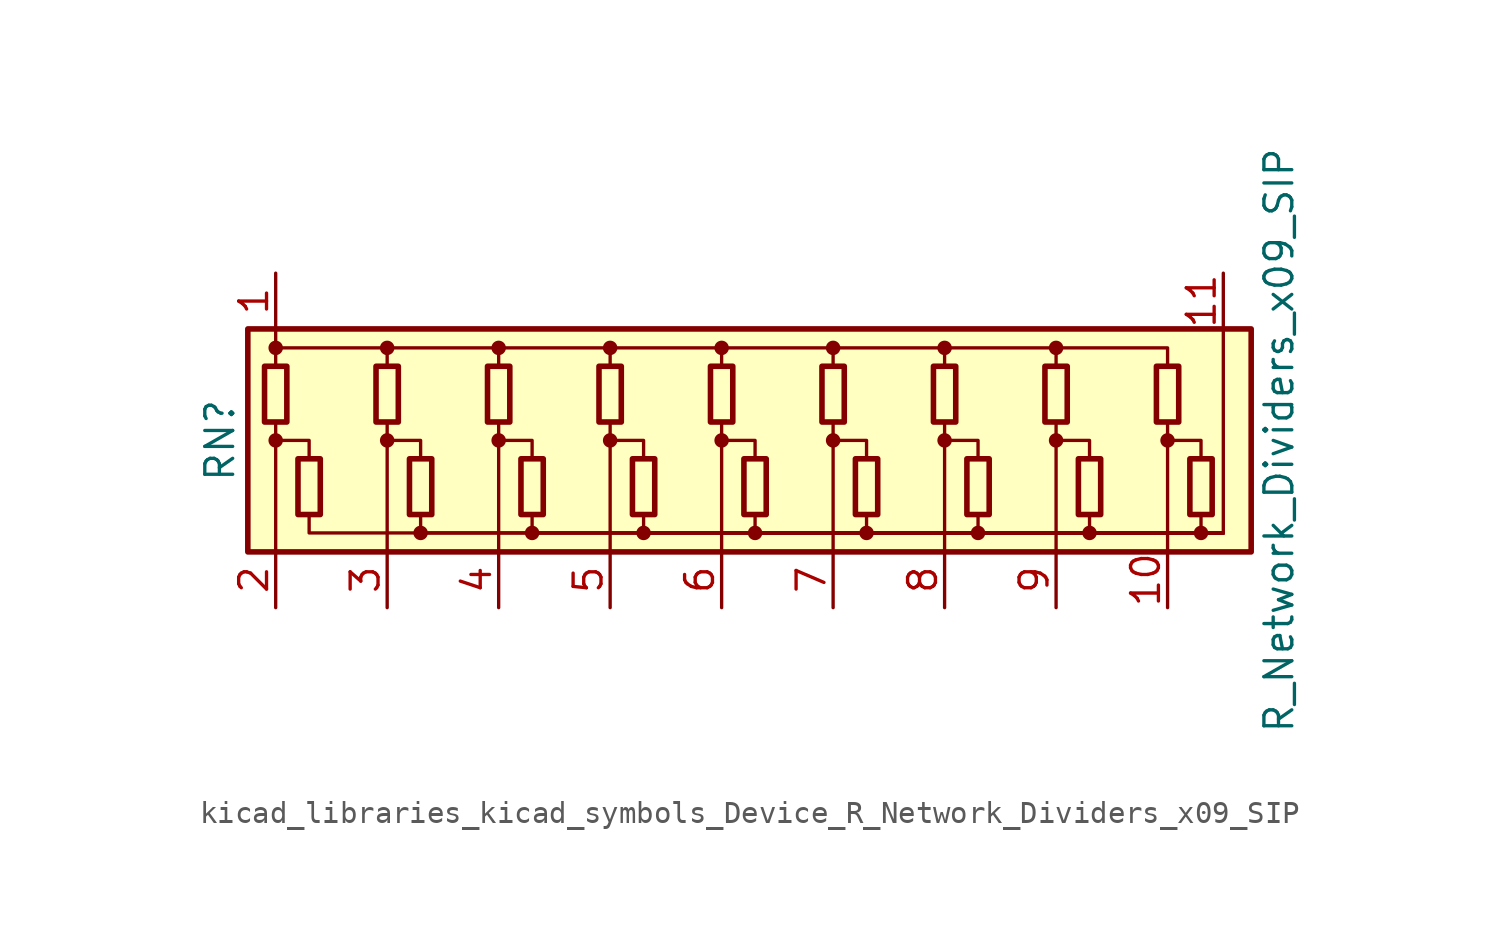
<source format=kicad_sym>
(kicad_symbol_lib
  (version 20220914)
  (generator kicad_symbol_editor)
  (symbol "kicad_libraries_kicad_symbols_Device_R_Network_Dividers_x09_SIP"
    (pin_names
      (offset 0) hide)
    (property "Reference" "RN"
      (at -22.86 0 90)
      (effects (font (size 1.27 1.27))))
    (property "Value" "R_Network_Dividers_x09_SIP"
      (at 25.4 0 90)
      (effects (font (size 1.27 1.27))))
    (symbol "kicad_libraries_kicad_symbols_Device_R_Network_Dividers_x09_SIP_0_1"
      (rectangle (start -21.59 -5.08) (end 24.13 5.08) (stroke (width 0.254) (type default)) (fill (type background)))
      (rectangle (start -20.828 3.378) (end -19.812 0.838) (stroke (width 0.254) (type default)) (fill (type none)))
      (circle (center -20.32 0) (radius 0.254) (stroke (width 0) (type default)) (fill (type outline)))
      (circle (center -20.32 4.216) (radius 0.254) (stroke (width 0) (type default)) (fill (type outline)))
      (rectangle (start -19.304 -3.378) (end -18.288 -0.838) (stroke (width 0.254) (type default)) (fill (type none)))
      (rectangle (start -15.748 3.378) (end -14.732 0.838) (stroke (width 0.254) (type default)) (fill (type none)))
      (circle (center -15.24 0) (radius 0.254) (stroke (width 0) (type default)) (fill (type outline)))
      (circle (center -15.24 4.216) (radius 0.254) (stroke (width 0) (type default)) (fill (type outline)))
      (rectangle (start -14.224 -3.378) (end -13.208 -0.838) (stroke (width 0.254) (type default)) (fill (type none)))
      (circle (center -13.716 -4.216) (radius 0.254) (stroke (width 0) (type default)) (fill (type outline)))
      (rectangle (start -10.668 3.378) (end -9.652 0.838) (stroke (width 0.254) (type default)) (fill (type none)))
      (circle (center -10.16 0) (radius 0.254) (stroke (width 0) (type default)) (fill (type outline)))
      (circle (center -10.16 4.216) (radius 0.254) (stroke (width 0) (type default)) (fill (type outline)))
      (rectangle (start -9.144 -3.378) (end -8.128 -0.838) (stroke (width 0.254) (type default)) (fill (type none)))
      (circle (center -8.636 -4.216) (radius 0.254) (stroke (width 0) (type default)) (fill (type outline)))
      (rectangle (start -5.588 3.378) (end -4.572 0.838) (stroke (width 0.254) (type default)) (fill (type none)))
      (circle (center -5.08 0) (radius 0.254) (stroke (width 0) (type default)) (fill (type outline)))
      (circle (center -5.08 4.216) (radius 0.254) (stroke (width 0) (type default)) (fill (type outline)))
      (rectangle (start -4.064 -3.378) (end -3.048 -0.838) (stroke (width 0.254) (type default)) (fill (type none)))
      (circle (center -3.556 -4.216) (radius 0.254) (stroke (width 0) (type default)) (fill (type outline)))
      (rectangle (start -0.508 3.378) (end 0.508 0.838) (stroke (width 0.254) (type default)) (fill (type none)))
      (polyline (pts (xy -20.32 -5.08) (xy -20.32 0.838)) (stroke (width 0) (type default)) (fill (type none)))
      (polyline (pts (xy -20.32 5.08) (xy -20.32 3.378)) (stroke (width 0) (type default)) (fill (type none)))
      (polyline (pts (xy -15.24 -5.08) (xy -15.24 0.838)) (stroke (width 0) (type default)) (fill (type none)))
      (polyline (pts (xy -10.16 -5.08) (xy -10.16 0.838)) (stroke (width 0) (type default)) (fill (type none)))
      (polyline (pts (xy -5.08 -5.08) (xy -5.08 0.838)) (stroke (width 0) (type default)) (fill (type none)))
      (polyline (pts (xy 0 -5.08) (xy 0 0.838)) (stroke (width 0) (type default)) (fill (type none)))
      (polyline (pts (xy 5.08 -5.08) (xy 5.08 0.838)) (stroke (width 0) (type default)) (fill (type none)))
      (polyline (pts (xy 10.16 -5.08) (xy 10.16 0.838)) (stroke (width 0) (type default)) (fill (type none)))
      (polyline (pts (xy 15.24 -5.08) (xy 15.24 0.838)) (stroke (width 0) (type default)) (fill (type none)))
      (polyline (pts (xy 20.32 -5.08) (xy 20.32 0.838)) (stroke (width 0) (type default)) (fill (type none)))
      (polyline (pts (xy 22.86 -4.216) (xy 22.86 5.08)) (stroke (width 0) (type default)) (fill (type none)))
      (polyline (pts (xy -20.32 0) (xy -18.796 0) (xy -18.796 -0.838)) (stroke (width 0) (type default)) (fill (type none)))
      (polyline (pts (xy -20.32 4.216) (xy -15.24 4.216) (xy -15.24 3.378)) (stroke (width 0) (type default)) (fill (type none)))
      (polyline (pts (xy -18.796 -3.378) (xy -18.796 -4.216) (xy 22.86 -4.216)) (stroke (width 0) (type default)) (fill (type none)))
      (polyline (pts (xy -15.24 0) (xy -13.716 0) (xy -13.716 -0.838)) (stroke (width 0) (type default)) (fill (type none)))
      (polyline (pts (xy -15.24 4.216) (xy -10.16 4.216) (xy -10.16 3.378)) (stroke (width 0) (type default)) (fill (type none)))
      (polyline (pts (xy -13.716 -3.378) (xy -13.716 -4.216) (xy 22.86 -4.216)) (stroke (width 0) (type default)) (fill (type none)))
      (polyline (pts (xy -10.16 0) (xy -8.636 0) (xy -8.636 -0.838)) (stroke (width 0) (type default)) (fill (type none)))
      (polyline (pts (xy -10.16 4.216) (xy -5.08 4.216) (xy -5.08 3.378)) (stroke (width 0) (type default)) (fill (type none)))
      (polyline (pts (xy -8.636 -3.378) (xy -8.636 -4.216) (xy 22.86 -4.216)) (stroke (width 0) (type default)) (fill (type none)))
      (polyline (pts (xy -5.08 0) (xy -3.556 0) (xy -3.556 -0.838)) (stroke (width 0) (type default)) (fill (type none)))
      (polyline (pts (xy -5.08 4.216) (xy 0 4.216) (xy 0 3.378)) (stroke (width 0) (type default)) (fill (type none)))
      (polyline (pts (xy -3.556 -3.378) (xy -3.556 -4.216) (xy 22.86 -4.216)) (stroke (width 0) (type default)) (fill (type none)))
      (polyline (pts (xy 0 0) (xy 1.524 0) (xy 1.524 -0.838)) (stroke (width 0) (type default)) (fill (type none)))
      (polyline (pts (xy 0 4.216) (xy 5.08 4.216) (xy 5.08 3.378)) (stroke (width 0) (type default)) (fill (type none)))
      (polyline (pts (xy 1.524 -3.378) (xy 1.524 -4.216) (xy 22.86 -4.216)) (stroke (width 0) (type default)) (fill (type none)))
      (polyline (pts (xy 5.08 0) (xy 6.604 0) (xy 6.604 -0.838)) (stroke (width 0) (type default)) (fill (type none)))
      (polyline (pts (xy 5.08 4.216) (xy 10.16 4.216) (xy 10.16 3.378)) (stroke (width 0) (type default)) (fill (type none)))
      (polyline (pts (xy 6.604 -3.378) (xy 6.604 -4.216) (xy 22.86 -4.216)) (stroke (width 0) (type default)) (fill (type none)))
      (polyline (pts (xy 10.16 0) (xy 11.684 0) (xy 11.684 -0.838)) (stroke (width 0) (type default)) (fill (type none)))
      (polyline (pts (xy 10.16 4.216) (xy 15.24 4.216) (xy 15.24 3.378)) (stroke (width 0) (type default)) (fill (type none)))
      (polyline (pts (xy 11.684 -3.378) (xy 11.684 -4.216) (xy 22.86 -4.216)) (stroke (width 0) (type default)) (fill (type none)))
      (polyline (pts (xy 15.24 0) (xy 16.764 0) (xy 16.764 -0.838)) (stroke (width 0) (type default)) (fill (type none)))
      (polyline (pts (xy 15.24 4.216) (xy 20.32 4.216) (xy 20.32 3.378)) (stroke (width 0) (type default)) (fill (type none)))
      (polyline (pts (xy 16.764 -3.378) (xy 16.764 -4.216) (xy 22.86 -4.216)) (stroke (width 0) (type default)) (fill (type none)))
      (polyline (pts (xy 20.32 0) (xy 21.844 0) (xy 21.844 -0.838)) (stroke (width 0) (type default)) (fill (type none)))
      (polyline (pts (xy 21.844 -3.378) (xy 21.844 -4.216) (xy 22.86 -4.216)) (stroke (width 0) (type default)) (fill (type none)))
      (circle (center 0 0) (radius 0.254) (stroke (width 0) (type default)) (fill (type outline)))
      (circle (center 0 4.216) (radius 0.254) (stroke (width 0) (type default)) (fill (type outline)))
      (rectangle (start 1.016 -3.378) (end 2.032 -0.838) (stroke (width 0.254) (type default)) (fill (type none)))
      (circle (center 1.524 -4.216) (radius 0.254) (stroke (width 0) (type default)) (fill (type outline)))
      (rectangle (start 4.572 3.378) (end 5.588 0.838) (stroke (width 0.254) (type default)) (fill (type none)))
      (circle (center 5.08 0) (radius 0.254) (stroke (width 0) (type default)) (fill (type outline)))
      (circle (center 5.08 4.216) (radius 0.254) (stroke (width 0) (type default)) (fill (type outline)))
      (rectangle (start 6.096 -3.378) (end 7.112 -0.838) (stroke (width 0.254) (type default)) (fill (type none)))
      (circle (center 6.604 -4.216) (radius 0.254) (stroke (width 0) (type default)) (fill (type outline)))
      (rectangle (start 9.652 3.378) (end 10.668 0.838) (stroke (width 0.254) (type default)) (fill (type none)))
      (circle (center 10.16 0) (radius 0.254) (stroke (width 0) (type default)) (fill (type outline)))
      (circle (center 10.16 4.216) (radius 0.254) (stroke (width 0) (type default)) (fill (type outline)))
      (rectangle (start 11.176 -3.378) (end 12.192 -0.838) (stroke (width 0.254) (type default)) (fill (type none)))
      (circle (center 11.684 -4.216) (radius 0.254) (stroke (width 0) (type default)) (fill (type outline)))
      (rectangle (start 14.732 3.378) (end 15.748 0.838) (stroke (width 0.254) (type default)) (fill (type none)))
      (circle (center 15.24 0) (radius 0.254) (stroke (width 0) (type default)) (fill (type outline)))
      (circle (center 15.24 4.216) (radius 0.254) (stroke (width 0) (type default)) (fill (type outline)))
      (rectangle (start 16.256 -3.378) (end 17.272 -0.838) (stroke (width 0.254) (type default)) (fill (type none)))
      (circle (center 16.764 -4.216) (radius 0.254) (stroke (width 0) (type default)) (fill (type outline)))
      (rectangle (start 19.812 3.378) (end 20.828 0.838) (stroke (width 0.254) (type default)) (fill (type none)))
      (circle (center 20.32 0) (radius 0.254) (stroke (width 0) (type default)) (fill (type outline)))
      (rectangle (start 21.336 -3.378) (end 22.352 -0.838) (stroke (width 0.254) (type default)) (fill (type none)))
      (circle (center 21.844 -4.216) (radius 0.254) (stroke (width 0) (type default)) (fill (type outline))))
    (symbol "kicad_libraries_kicad_symbols_Device_R_Network_Dividers_x09_SIP_1_1"
      (pin passive line (at -20.32 7.62 270) (length 2.54) (name "COM1" (effects (font (size 1.27 1.27)))) (number "1" (effects (font (size 1.27 1.27)))))
      (pin passive line (at 20.32 -7.62 90) (length 2.54) (name "R9" (effects (font (size 1.27 1.27)))) (number "10" (effects (font (size 1.27 1.27)))))
      (pin passive line (at 22.86 7.62 270) (length 2.54) (name "COM2" (effects (font (size 1.27 1.27)))) (number "11" (effects (font (size 1.27 1.27)))))
      (pin passive line (at -20.32 -7.62 90) (length 2.54) (name "R1" (effects (font (size 1.27 1.27)))) (number "2" (effects (font (size 1.27 1.27)))))
      (pin passive line (at -15.24 -7.62 90) (length 2.54) (name "R2" (effects (font (size 1.27 1.27)))) (number "3" (effects (font (size 1.27 1.27)))))
      (pin passive line (at -10.16 -7.62 90) (length 2.54) (name "R3" (effects (font (size 1.27 1.27)))) (number "4" (effects (font (size 1.27 1.27)))))
      (pin passive line (at -5.08 -7.62 90) (length 2.54) (name "R4" (effects (font (size 1.27 1.27)))) (number "5" (effects (font (size 1.27 1.27)))))
      (pin passive line (at 0 -7.62 90) (length 2.54) (name "R5" (effects (font (size 1.27 1.27)))) (number "6" (effects (font (size 1.27 1.27)))))
      (pin passive line (at 5.08 -7.62 90) (length 2.54) (name "R6" (effects (font (size 1.27 1.27)))) (number "7" (effects (font (size 1.27 1.27)))))
      (pin passive line (at 10.16 -7.62 90) (length 2.54) (name "R7" (effects (font (size 1.27 1.27)))) (number "8" (effects (font (size 1.27 1.27)))))
      (pin passive line (at 15.24 -7.62 90) (length 2.54) (name "R8" (effects (font (size 1.27 1.27)))) (number "9" (effects (font (size 1.27 1.27))))))))
</source>
